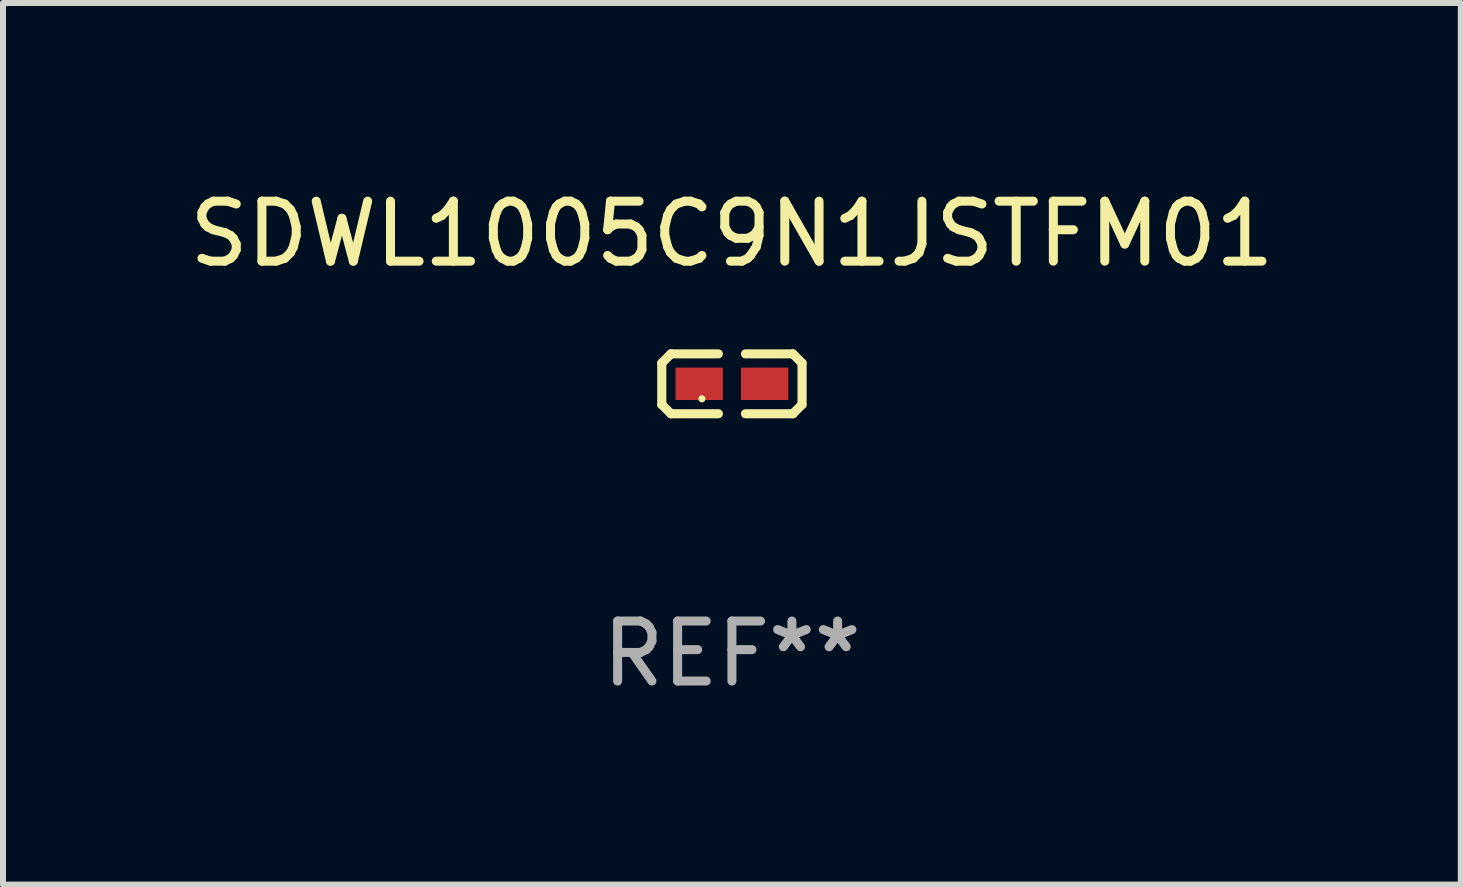
<source format=kicad_pcb>
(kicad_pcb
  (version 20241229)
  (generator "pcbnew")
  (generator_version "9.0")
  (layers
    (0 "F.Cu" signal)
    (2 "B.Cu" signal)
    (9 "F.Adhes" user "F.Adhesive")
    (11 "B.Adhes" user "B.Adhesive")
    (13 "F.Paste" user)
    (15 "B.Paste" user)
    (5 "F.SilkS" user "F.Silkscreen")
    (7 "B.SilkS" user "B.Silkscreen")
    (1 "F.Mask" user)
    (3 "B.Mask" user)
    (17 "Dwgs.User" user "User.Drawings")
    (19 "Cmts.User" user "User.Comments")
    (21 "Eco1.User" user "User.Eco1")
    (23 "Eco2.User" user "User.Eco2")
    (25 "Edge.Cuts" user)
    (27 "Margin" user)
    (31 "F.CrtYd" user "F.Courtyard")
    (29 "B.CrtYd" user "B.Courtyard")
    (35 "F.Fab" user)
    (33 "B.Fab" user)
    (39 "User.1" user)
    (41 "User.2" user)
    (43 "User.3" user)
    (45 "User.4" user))
  (footprint "SDWL1005C9N1JSTFM01"
    (layer "F.Cu")
    (at 9.149 3.347)
    (property "Reference" "SDWL1005C9N1JSTFM01" (at 0 -2.499 0) (layer "F.SilkS") (effects (font (size 1 1) (thickness 0.15))))
    (attr through_hole)
    (fp_line (start -1.169 -0.346) (end -1.016 -0.499) (stroke (width 0.152) (type solid)) (layer "F.SilkS"))
    (fp_line (start -1.169 0.346) (end -1.169 -0.346) (stroke (width 0.152) (type solid)) (layer "F.SilkS"))
    (fp_line (start -1.016 -0.499) (end -0.226 -0.499) (stroke (width 0.152) (type solid)) (layer "F.SilkS"))
    (fp_line (start -1.016 0.499) (end -1.169 0.346) (stroke (width 0.152) (type solid)) (layer "F.SilkS"))
    (fp_line (start -0.226 0.499) (end -1.016 0.499) (stroke (width 0.152) (type solid)) (layer "F.SilkS"))
    (fp_line (start 0.226 0.499) (end 1.016 0.499) (stroke (width 0.152) (type solid)) (layer "F.SilkS"))
    (fp_line (start 1.016 -0.499) (end 0.226 -0.499) (stroke (width 0.152) (type solid)) (layer "F.SilkS"))
    (fp_line (start 1.016 0.499) (end 1.169 0.346) (stroke (width 0.152) (type solid)) (layer "F.SilkS"))
    (fp_line (start 1.169 -0.346) (end 1.016 -0.499) (stroke (width 0.152) (type solid)) (layer "F.SilkS"))
    (fp_line (start 1.169 0.346) (end 1.169 -0.346) (stroke (width 0.152) (type solid)) (layer "F.SilkS"))
    (fp_circle (center -0.5 0.25) (end -0.47 0.25) (stroke (width 0.06) (type solid)) (fill no) (layer "F.SilkS"))
    (fp_text user "REF**" (at 0 4.499 0) (layer "F.Fab") (effects (font (size 1 1) (thickness 0.15))))
    (pad "1" smd rect (at -0.545 0) (size 0.79 0.54) (layers "F.Cu" "F.Mask" "F.Paste"))
    (pad "2" smd rect (at 0.545 0) (size 0.79 0.54) (layers "F.Cu" "F.Mask" "F.Paste")))
  (gr_rect
    (start -3 -3)
    (end 21.298 11.694)
    (stroke (width 0.1) (type default))
    (fill no)
    (layer "Edge.Cuts")))
</source>
